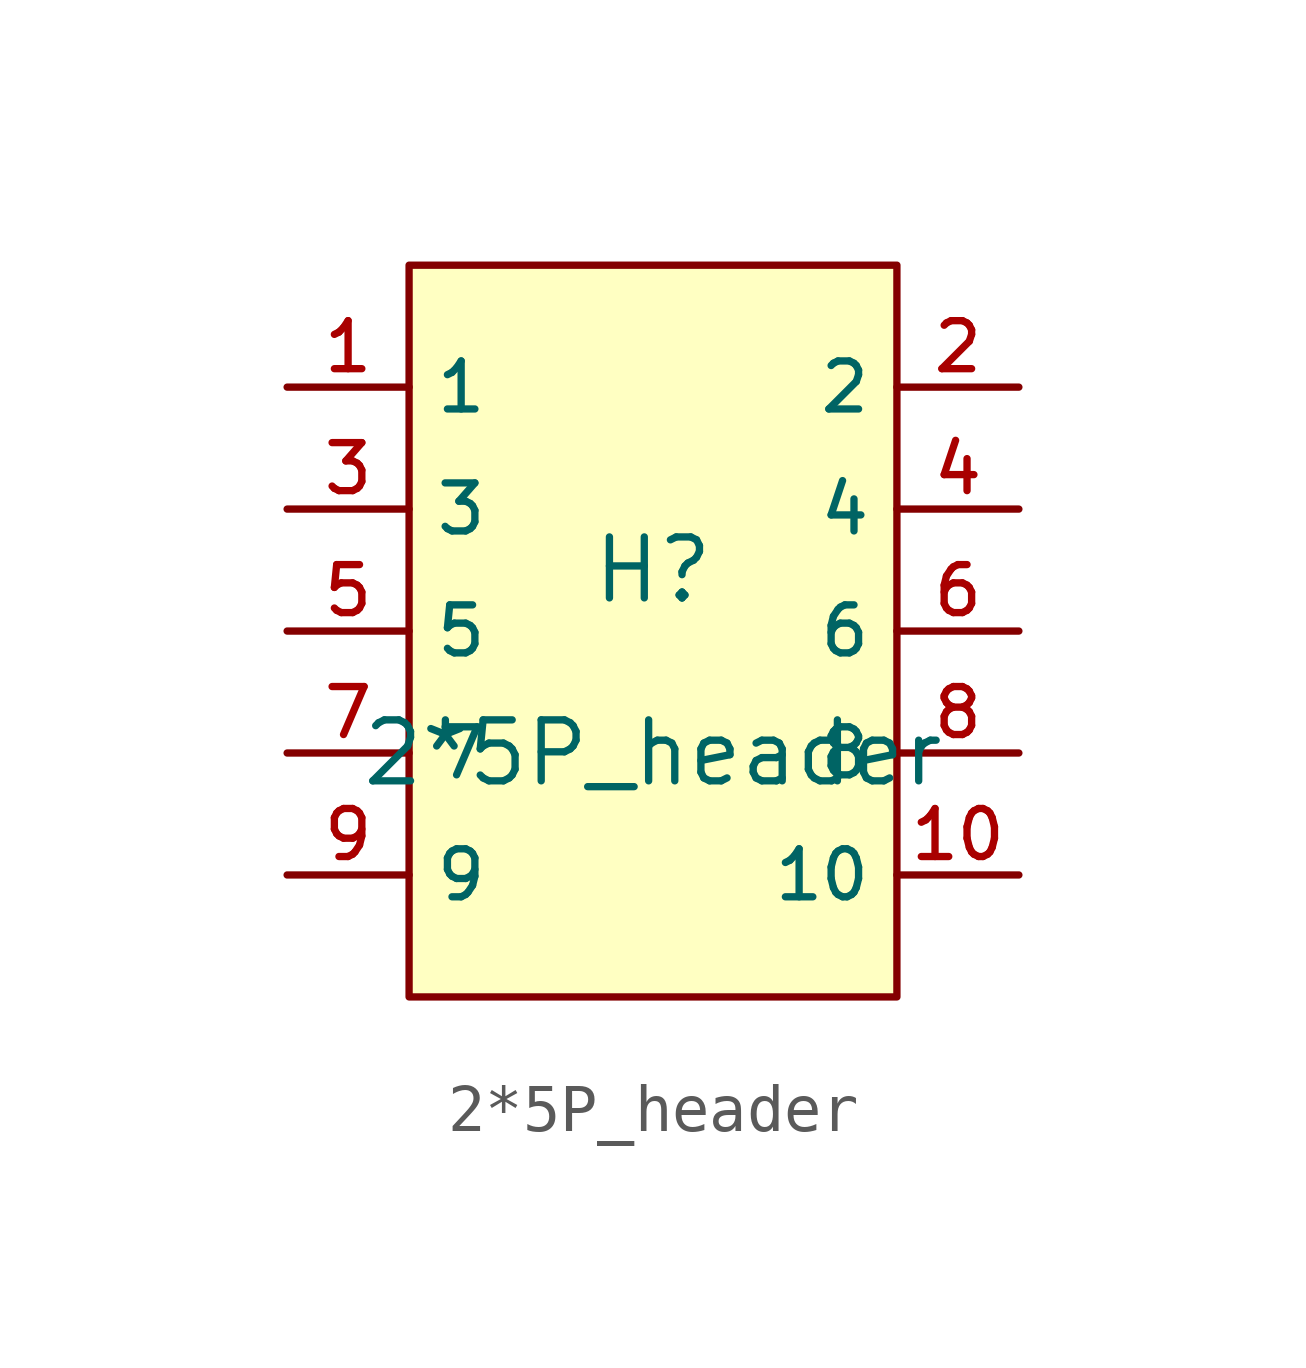
<source format=kicad_sym>
(kicad_symbol_lib
  (version 20210201)
  (generator TousstNicolas/JLC2KiCad_lib)
  (symbol "2*5P_header"
    (property "Reference" "H"
      (at 0 1.27 0)
      (effects (font (size 1.27 1.27))))
    (property "Value" "2*5P_header"
      (at 0 -2.54 0)
      (effects (font (size 1.27 1.27))))
    (symbol "2*5P_header_0_1"
      (rectangle (start -5.08 7.62) (end 5.08 -7.62) (stroke (width 0) (type default) (color 0 0 0 0)) (fill (type background)))
      (pin input line (at -7.62 5.08 0) (length 2.54) (name "1" (effects (font (size 1 1)))) (number "1" (effects (font (size 1 1)))))
      (pin input line (at 7.62 5.08 180) (length 2.54) (name "2" (effects (font (size 1 1)))) (number "2" (effects (font (size 1 1)))))
      (pin input line (at -7.62 2.54 0) (length 2.54) (name "3" (effects (font (size 1 1)))) (number "3" (effects (font (size 1 1)))))
      (pin input line (at 7.62 2.54 180) (length 2.54) (name "4" (effects (font (size 1 1)))) (number "4" (effects (font (size 1 1)))))
      (pin input line (at -7.62 -0.0 0) (length 2.54) (name "5" (effects (font (size 1 1)))) (number "5" (effects (font (size 1 1)))))
      (pin input line (at 7.62 -0.0 180) (length 2.54) (name "6" (effects (font (size 1 1)))) (number "6" (effects (font (size 1 1)))))
      (pin input line (at -7.62 -2.54 0) (length 2.54) (name "7" (effects (font (size 1 1)))) (number "7" (effects (font (size 1 1)))))
      (pin input line (at 7.62 -2.54 180) (length 2.54) (name "8" (effects (font (size 1 1)))) (number "8" (effects (font (size 1 1)))))
      (pin input line (at -7.62 -5.08 0) (length 2.54) (name "9" (effects (font (size 1 1)))) (number "9" (effects (font (size 1 1)))))
      (pin input line (at 7.62 -5.08 180) (length 2.54) (name "10" (effects (font (size 1 1)))) (number "10" (effects (font (size 1 1))))))))
</source>
